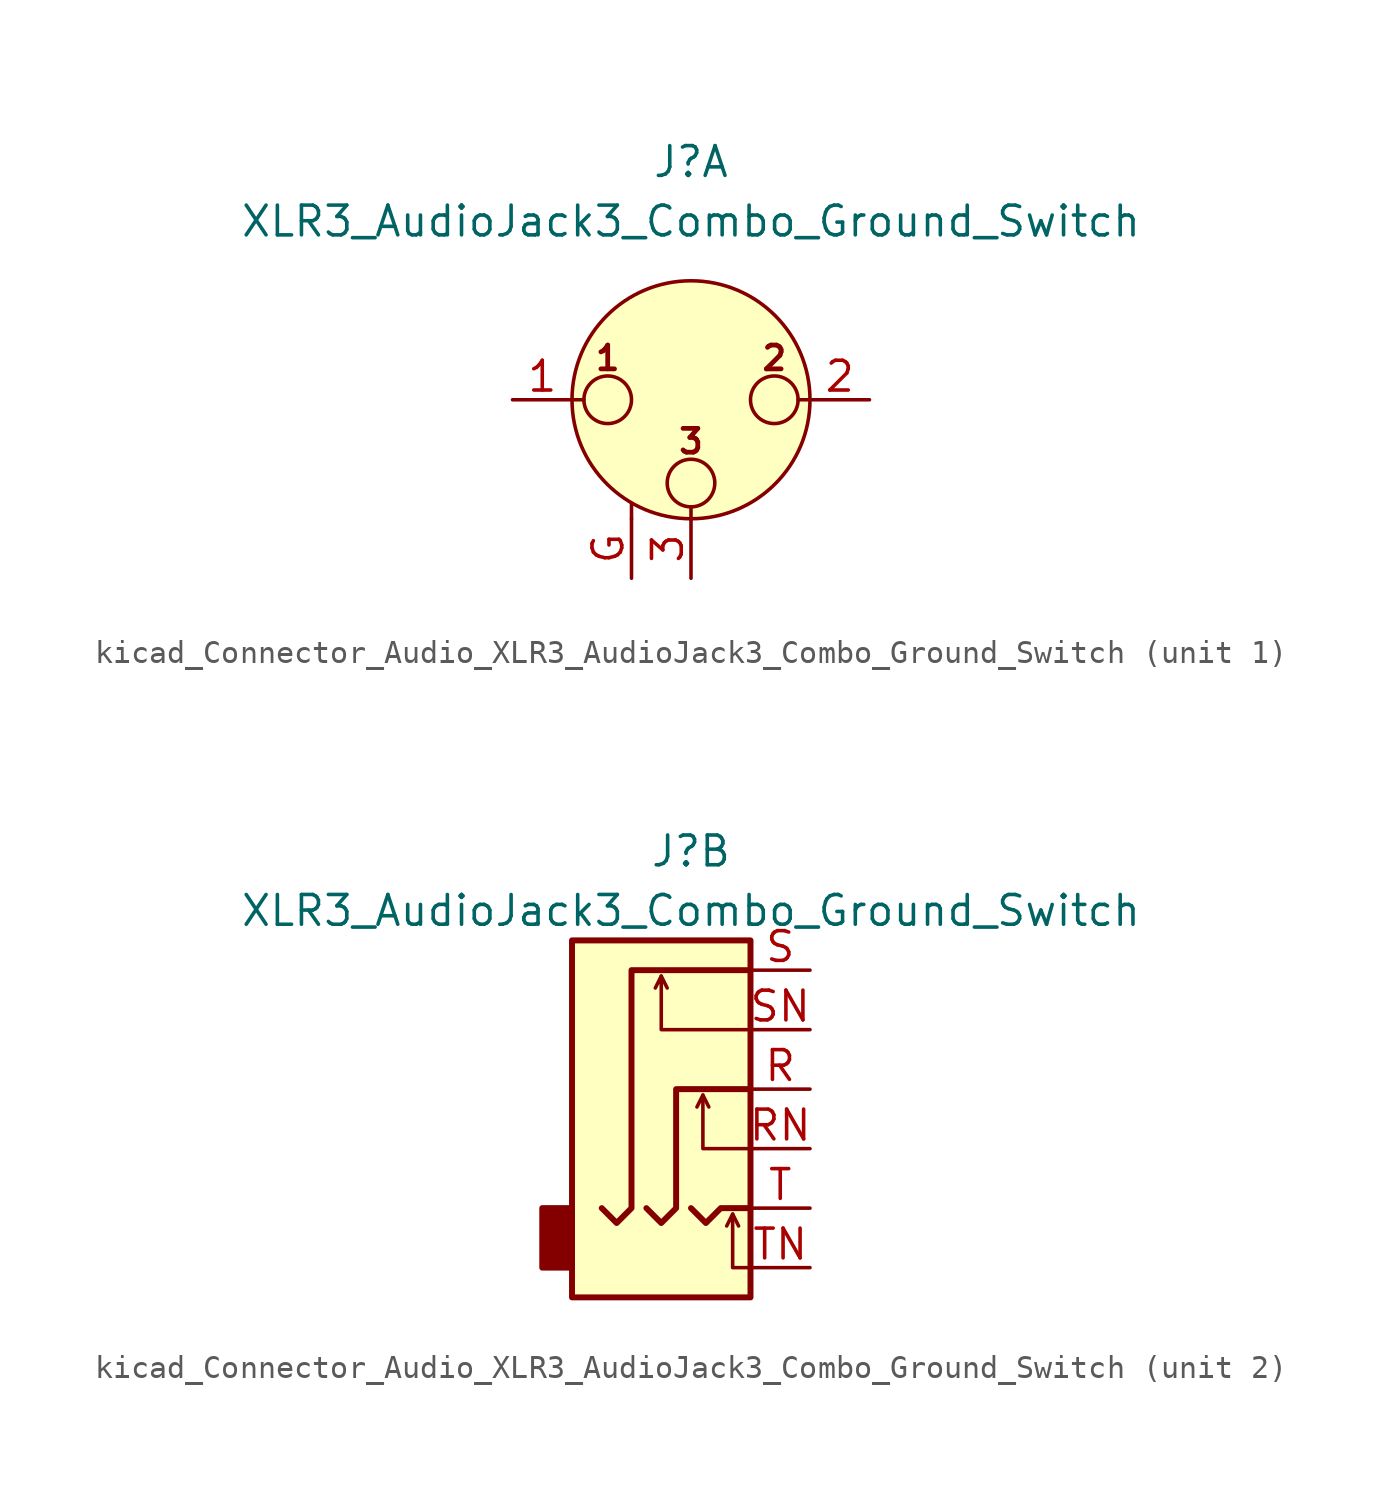
<source format=kicad_sym>
(kicad_symbol_lib
  (version 20220914)
  (generator kicad_symbol_editor)
  (symbol "kicad_Connector_Audio_XLR3_AudioJack3_Combo_Ground_Switch"
    (pin_names hide)
    (property "Reference" "J"
      (at 0 10.16 0)
      (effects (font (size 1.27 1.27))))
    (property "Value" "XLR3_AudioJack3_Combo_Ground_Switch"
      (at 0 7.62 0)
      (effects (font (size 1.27 1.27))))
    (symbol "kicad_Connector_Audio_XLR3_AudioJack3_Combo_Ground_Switch_1_1"
      (circle (center -3.556 0) (radius 1.016) (stroke (width 0) (type default)) (fill (type none)))
      (circle (center 0 -3.556) (radius 1.016) (stroke (width 0) (type default)) (fill (type none)))
      (polyline (pts (xy -5.08 0) (xy -4.572 0)) (stroke (width 0) (type default)) (fill (type none)))
      (polyline (pts (xy -2.54 -5.08) (xy -2.54 -4.445)) (stroke (width 0) (type default)) (fill (type none)))
      (polyline (pts (xy 0 -5.08) (xy 0 -4.572)) (stroke (width 0) (type default)) (fill (type none)))
      (polyline (pts (xy 5.08 0) (xy 4.572 0)) (stroke (width 0) (type default)) (fill (type none)))
      (circle (center 0 0) (radius 5.08) (stroke (width 0) (type default)) (fill (type background)))
      (circle (center 3.556 0) (radius 1.016) (stroke (width 0) (type default)) (fill (type none)))
      (text "1" (at -3.556 1.778 0) (effects (font (size 1.016 1.016) bold)))
      (text "2" (at 3.556 1.778 0) (effects (font (size 1.016 1.016) bold)))
      (text "3" (at 0 -1.778 0) (effects (font (size 1.016 1.016) bold)))
      (pin passive line (at -7.62 0 0) (length 2.54) (name "~" (effects (font (size 1.27 1.27)))) (number "1" (effects (font (size 1.27 1.27)))))
      (pin passive line (at 7.62 0 180) (length 2.54) (name "~" (effects (font (size 1.27 1.27)))) (number "2" (effects (font (size 1.27 1.27)))))
      (pin passive line (at 0 -7.62 90) (length 2.54) (name "~" (effects (font (size 1.27 1.27)))) (number "3" (effects (font (size 1.27 1.27)))))
      (pin passive line (at -2.54 -7.62 90) (length 2.54) (name "~" (effects (font (size 1.27 1.27)))) (number "G" (effects (font (size 1.27 1.27))))))
    (symbol "kicad_Connector_Audio_XLR3_AudioJack3_Combo_Ground_Switch_2_1"
      (rectangle (start -5.08 -5.08) (end -6.35 -7.62) (stroke (width 0.254) (type default)) (fill (type outline)))
      (polyline (pts (xy -1.27 4.826) (xy -1.016 4.318)) (stroke (width 0) (type default)) (fill (type none)))
      (polyline (pts (xy 0.508 -0.254) (xy 0.762 -0.762)) (stroke (width 0) (type default)) (fill (type none)))
      (polyline (pts (xy 1.778 -5.334) (xy 2.032 -5.842)) (stroke (width 0) (type default)) (fill (type none)))
      (polyline (pts (xy 0 -5.08) (xy 0.635 -5.715) (xy 1.27 -5.08) (xy 2.54 -5.08)) (stroke (width 0.254) (type default)) (fill (type none)))
      (polyline (pts (xy 2.54 -7.62) (xy 1.778 -7.62) (xy 1.778 -5.334) (xy 1.524 -5.842)) (stroke (width 0) (type default)) (fill (type none)))
      (polyline (pts (xy 2.54 -2.54) (xy 0.508 -2.54) (xy 0.508 -0.254) (xy 0.254 -0.762)) (stroke (width 0) (type default)) (fill (type none)))
      (polyline (pts (xy 2.54 2.54) (xy -1.27 2.54) (xy -1.27 4.826) (xy -1.524 4.318)) (stroke (width 0) (type default)) (fill (type none)))
      (polyline (pts (xy -1.905 -5.08) (xy -1.27 -5.715) (xy -0.635 -5.08) (xy -0.635 0) (xy 2.54 0)) (stroke (width 0.254) (type default)) (fill (type none)))
      (polyline (pts (xy 2.54 5.08) (xy -2.54 5.08) (xy -2.54 -5.08) (xy -3.175 -5.715) (xy -3.81 -5.08)) (stroke (width 0.254) (type default)) (fill (type none)))
      (rectangle (start 2.54 6.35) (end -5.08 -8.89) (stroke (width 0.254) (type default)) (fill (type background)))
      (pin passive line (at 5.08 0 180) (length 2.54) (name "~" (effects (font (size 1.27 1.27)))) (number "R" (effects (font (size 1.27 1.27)))))
      (pin passive line (at 5.08 -2.54 180) (length 2.54) (name "~" (effects (font (size 1.27 1.27)))) (number "RN" (effects (font (size 1.27 1.27)))))
      (pin passive line (at 5.08 5.08 180) (length 2.54) (name "~" (effects (font (size 1.27 1.27)))) (number "S" (effects (font (size 1.27 1.27)))))
      (pin passive line (at 5.08 2.54 180) (length 2.54) (name "~" (effects (font (size 1.27 1.27)))) (number "SN" (effects (font (size 1.27 1.27)))))
      (pin passive line (at 5.08 -5.08 180) (length 2.54) (name "~" (effects (font (size 1.27 1.27)))) (number "T" (effects (font (size 1.27 1.27)))))
      (pin passive line (at 5.08 -7.62 180) (length 2.54) (name "~" (effects (font (size 1.27 1.27)))) (number "TN" (effects (font (size 1.27 1.27))))))))
</source>
